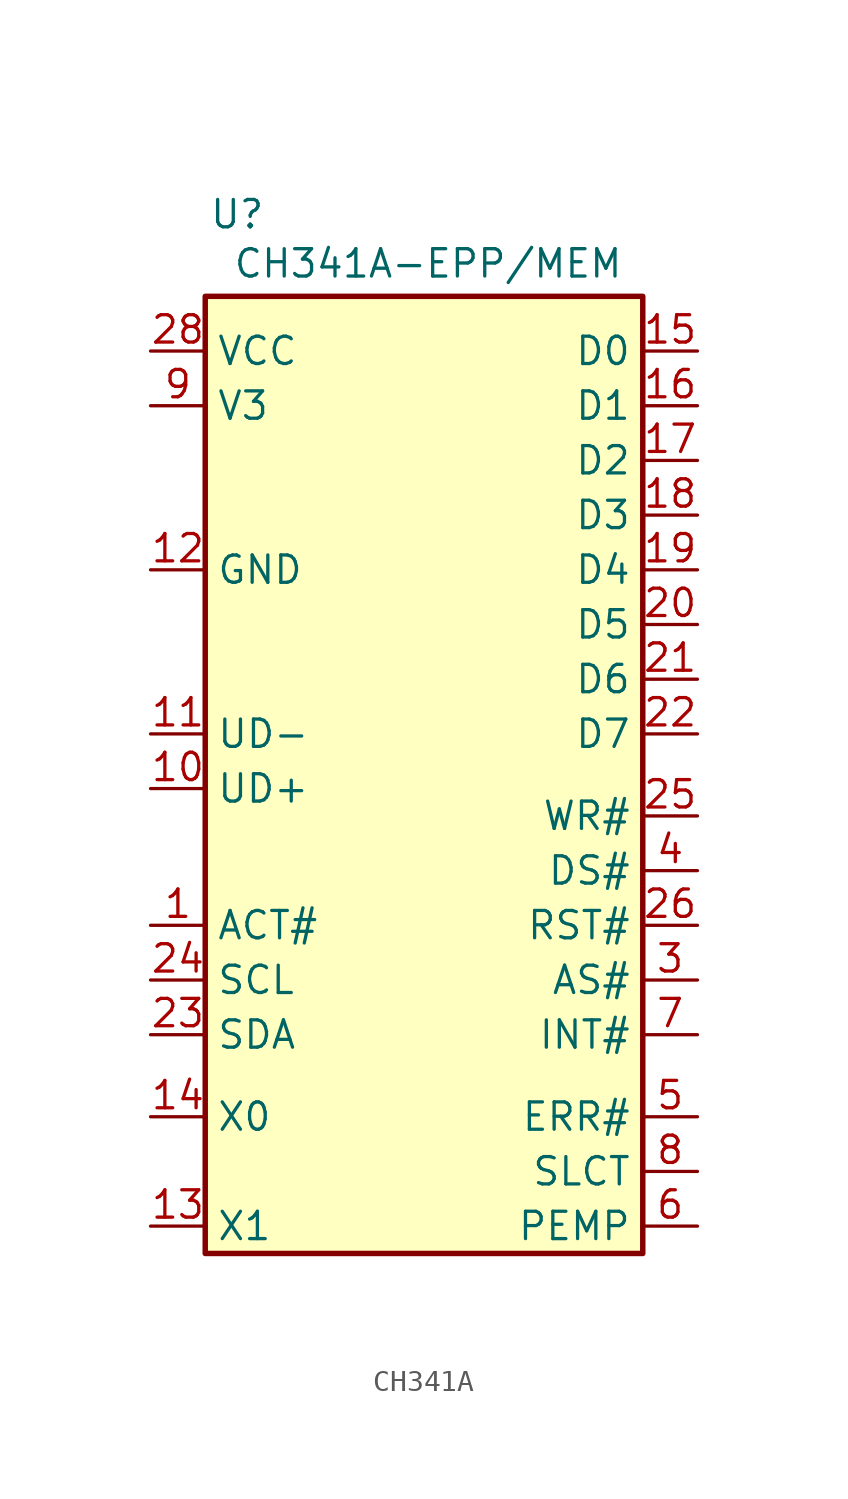
<source format=kicad_sym>
(kicad_symbol_lib
  (version 20241209)
  (generator "kicad_symbol_editor")
  (generator_version "9.0")
  (symbol "CH341A"
    (property "Reference" "U"
      (at -7.366 29.21 0)
      (effects (font (size 1.27 1.27)) (justify right)))
    (property "Value" "CH341A-EPP/MEM"
      (at -8.89 26.924 0)
      (effects (font (size 1.27 1.27)) (justify left)))
    (symbol "CH341A_0_1"
      (rectangle (start -10.16 25.4) (end 10.16 -19.05) (stroke (width 0.254) (type default)) (fill (type background))))
    (symbol "CH341A_1_0"
      (pin power_in line (at -12.7 22.86 0) (length 2.54) (name "VCC" (effects (font (size 1.27 1.27)))) (number "28" (effects (font (size 1.27 1.27)))))
      (pin power_in line (at -12.7 20.32 0) (length 2.54) (name "V3" (effects (font (size 1.27 1.27)))) (number "9" (effects (font (size 1.27 1.27)))))
      (pin power_in line (at -12.7 12.7 0) (length 2.54) (name "GND" (effects (font (size 1.27 1.27)))) (number "12" (effects (font (size 1.27 1.27)))))
      (pin input line (at -12.7 5.08 0) (length 2.54) (name "UD-" (effects (font (size 1.27 1.27)))) (number "11" (effects (font (size 1.27 1.27)))))
      (pin output line (at -12.7 2.54 0) (length 2.54) (name "UD+" (effects (font (size 1.27 1.27)))) (number "10" (effects (font (size 1.27 1.27)))))
      (pin input line (at -12.7 -3.81 0) (length 2.54) (name "ACT#" (effects (font (size 1.27 1.27)))) (number "1" (effects (font (size 1.27 1.27)))))
      (pin passive line (at -12.7 -6.35 0) (length 2.54) (name "SCL" (effects (font (size 1.27 1.27)))) (number "24" (effects (font (size 1.27 1.27)))))
      (pin passive line (at -12.7 -8.89 0) (length 2.54) (name "SDA" (effects (font (size 1.27 1.27)))) (number "23" (effects (font (size 1.27 1.27)))))
      (pin passive line (at -12.7 -12.7 0) (length 2.54) (name "X0" (effects (font (size 1.27 1.27)))) (number "14" (effects (font (size 1.27 1.27)))))
      (pin passive line (at -12.7 -17.78 0) (length 2.54) (name "X1" (effects (font (size 1.27 1.27)))) (number "13" (effects (font (size 1.27 1.27)))))
      (pin no_connect line (at 10.16 -19.05 180) (length 2.54) (hide yes) (name "NC" (effects (font (size 1.27 1.27)))) (number "18" (effects (font (size 1.27 1.27)))))
      (pin no_connect line (at 10.16 -19.05 180) (length 2.54) (hide yes) (name "NC" (effects (font (size 1.27 1.27)))) (number "27" (effects (font (size 1.27 1.27)))))
      (pin bidirectional line (at 12.7 22.86 180) (length 2.54) (name "D0" (effects (font (size 1.27 1.27)))) (number "15" (effects (font (size 1.27 1.27)))))
      (pin bidirectional line (at 12.7 20.32 180) (length 2.54) (name "D1" (effects (font (size 1.27 1.27)))) (number "16" (effects (font (size 1.27 1.27)))))
      (pin bidirectional line (at 12.7 17.78 180) (length 2.54) (name "D2" (effects (font (size 1.27 1.27)))) (number "17" (effects (font (size 1.27 1.27)))))
      (pin bidirectional line (at 12.7 15.24 180) (length 2.54) (name "D3" (effects (font (size 1.27 1.27)))) (number "18" (effects (font (size 1.27 1.27)))))
      (pin bidirectional line (at 12.7 12.7 180) (length 2.54) (name "D4" (effects (font (size 1.27 1.27)))) (number "19" (effects (font (size 1.27 1.27)))))
      (pin bidirectional line (at 12.7 10.16 180) (length 2.54) (name "D5" (effects (font (size 1.27 1.27)))) (number "20" (effects (font (size 1.27 1.27)))))
      (pin bidirectional line (at 12.7 7.62 180) (length 2.54) (name "D6" (effects (font (size 1.27 1.27)))) (number "21" (effects (font (size 1.27 1.27)))))
      (pin bidirectional line (at 12.7 5.08 180) (length 2.54) (name "D7" (effects (font (size 1.27 1.27)))) (number "22" (effects (font (size 1.27 1.27)))))
      (pin bidirectional line (at 12.7 1.27 180) (length 2.54) (name "WR#" (effects (font (size 1.27 1.27)))) (number "25" (effects (font (size 1.27 1.27)))))
      (pin bidirectional line (at 12.7 -1.27 180) (length 2.54) (name "DS#" (effects (font (size 1.27 1.27)))) (number "4" (effects (font (size 1.27 1.27)))))
      (pin bidirectional line (at 12.7 -3.81 180) (length 2.54) (name "RST#" (effects (font (size 1.27 1.27)))) (number "26" (effects (font (size 1.27 1.27)))))
      (pin bidirectional line (at 12.7 -6.35 180) (length 2.54) (name "AS#" (effects (font (size 1.27 1.27)))) (number "3" (effects (font (size 1.27 1.27)))))
      (pin bidirectional line (at 12.7 -8.89 180) (length 2.54) (name "INT#" (effects (font (size 1.27 1.27)))) (number "7" (effects (font (size 1.27 1.27)))))
      (pin bidirectional line (at 12.7 -12.7 180) (length 2.54) (name "ERR#" (effects (font (size 1.27 1.27)))) (number "5" (effects (font (size 1.27 1.27)))))
      (pin bidirectional line (at 12.7 -15.24 180) (length 2.54) (name "SLCT" (effects (font (size 1.27 1.27)))) (number "8" (effects (font (size 1.27 1.27)))))
      (pin bidirectional line (at 12.7 -17.78 180) (length 2.54) (name "PEMP" (effects (font (size 1.27 1.27)))) (number "6" (effects (font (size 1.27 1.27))))))))
</source>
